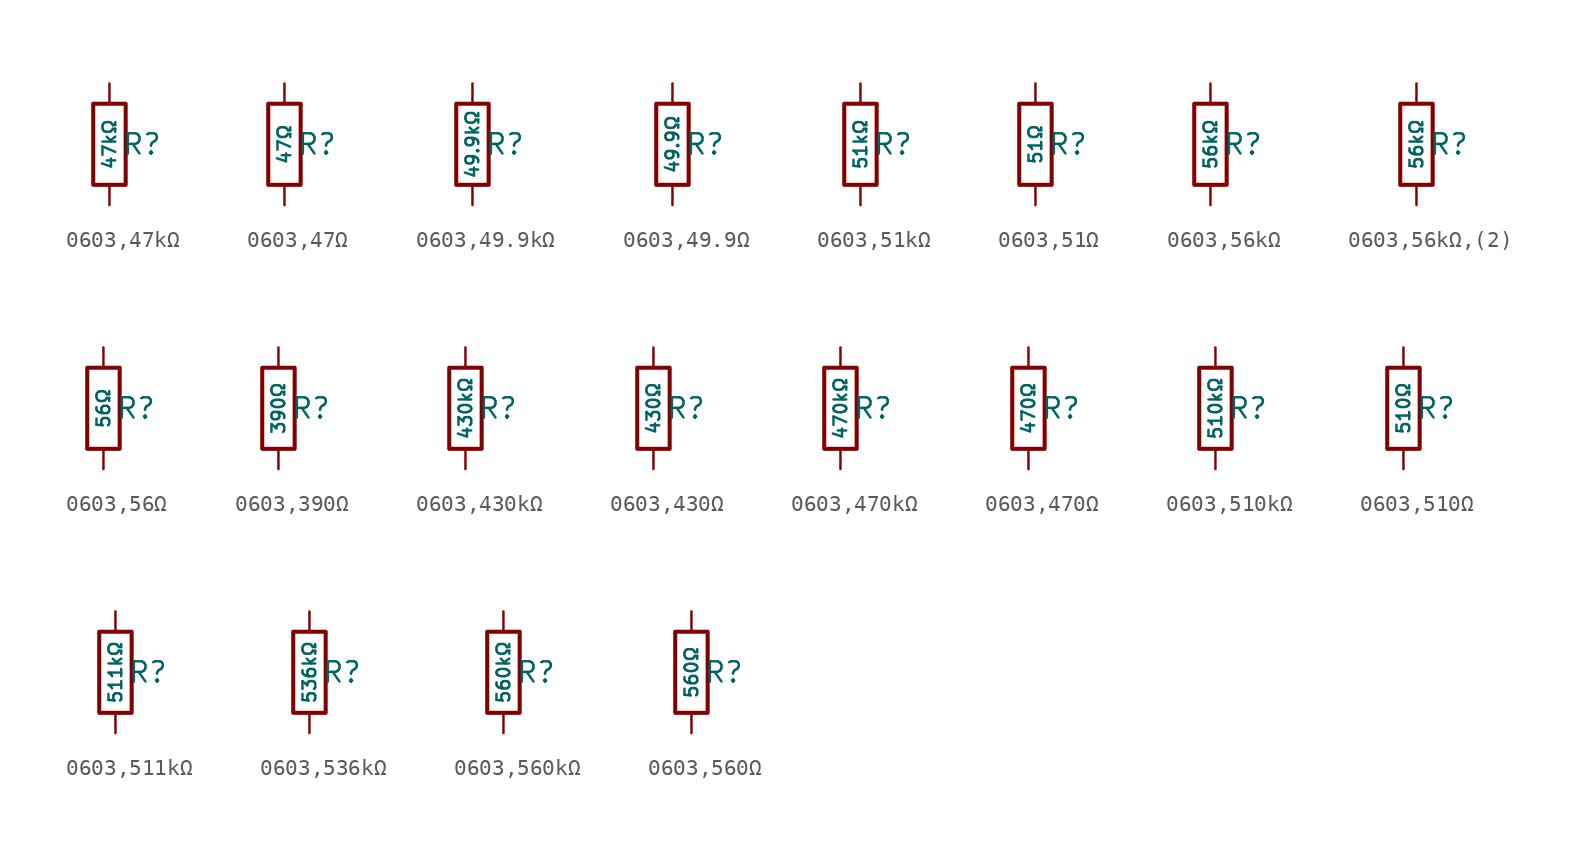
<source format=kicad_sym>
(kicad_symbol_lib
  (version 20231120)
  (generator "CDFER")
  (generator_version "8.0")
  (symbol "0603,47kΩ"
    (pin_numbers hide)
    (pin_names
      (offset 0))
    (property "Reference" "R"
      (at 2.032 0 0)
      (effects (font (size 1.27 1.27)) (hide no)))
    (property "Value" "47kΩ"
      (at 0 0 90)
      (do_not_autoplace)
      (effects (font (size 0.8 0.8)) (hide no)))
    (symbol "0603,47kΩ_0_1"
      (rectangle (start -1.016 2.54) (end 1.016 -2.54) (stroke (width 0.254) (type default)) (fill (type none))))
    (symbol "0603,47kΩ_1_1"
      (pin passive line (at 0 3.81 270) (length 1.27) (name "~" (effects (font (size 1.27 1.27)))) (number "1" (effects (font (size 1.27 1.27)))))
      (pin passive line (at 0 -3.81 90) (length 1.27) (name "~" (effects (font (size 1.27 1.27)))) (number "2" (effects (font (size 1.27 1.27)))))))
  (symbol "0603,47Ω"
    (pin_numbers hide)
    (pin_names
      (offset 0))
    (property "Reference" "R"
      (at 2.032 0 0)
      (effects (font (size 1.27 1.27)) (hide no)))
    (property "Value" "47Ω"
      (at 0 0 90)
      (do_not_autoplace)
      (effects (font (size 0.8 0.8)) (hide no)))
    (symbol "0603,47Ω_0_1"
      (rectangle (start -1.016 2.54) (end 1.016 -2.54) (stroke (width 0.254) (type default)) (fill (type none))))
    (symbol "0603,47Ω_1_1"
      (pin passive line (at 0 3.81 270) (length 1.27) (name "~" (effects (font (size 1.27 1.27)))) (number "1" (effects (font (size 1.27 1.27)))))
      (pin passive line (at 0 -3.81 90) (length 1.27) (name "~" (effects (font (size 1.27 1.27)))) (number "2" (effects (font (size 1.27 1.27)))))))
  (symbol "0603,49.9kΩ"
    (pin_numbers hide)
    (pin_names
      (offset 0))
    (property "Reference" "R"
      (at 2.032 0 0)
      (effects (font (size 1.27 1.27)) (hide no)))
    (property "Value" "49.9kΩ"
      (at 0 0 90)
      (do_not_autoplace)
      (effects (font (size 0.8 0.8)) (hide no)))
    (symbol "0603,49.9kΩ_0_1"
      (rectangle (start -1.016 2.54) (end 1.016 -2.54) (stroke (width 0.254) (type default)) (fill (type none))))
    (symbol "0603,49.9kΩ_1_1"
      (pin passive line (at 0 3.81 270) (length 1.27) (name "~" (effects (font (size 1.27 1.27)))) (number "1" (effects (font (size 1.27 1.27)))))
      (pin passive line (at 0 -3.81 90) (length 1.27) (name "~" (effects (font (size 1.27 1.27)))) (number "2" (effects (font (size 1.27 1.27)))))))
  (symbol "0603,49.9Ω"
    (pin_numbers hide)
    (pin_names
      (offset 0))
    (property "Reference" "R"
      (at 2.032 0 0)
      (effects (font (size 1.27 1.27)) (hide no)))
    (property "Value" "49.9Ω"
      (at 0 0 90)
      (do_not_autoplace)
      (effects (font (size 0.8 0.8)) (hide no)))
    (symbol "0603,49.9Ω_0_1"
      (rectangle (start -1.016 2.54) (end 1.016 -2.54) (stroke (width 0.254) (type default)) (fill (type none))))
    (symbol "0603,49.9Ω_1_1"
      (pin passive line (at 0 3.81 270) (length 1.27) (name "~" (effects (font (size 1.27 1.27)))) (number "1" (effects (font (size 1.27 1.27)))))
      (pin passive line (at 0 -3.81 90) (length 1.27) (name "~" (effects (font (size 1.27 1.27)))) (number "2" (effects (font (size 1.27 1.27)))))))
  (symbol "0603,51kΩ"
    (pin_numbers hide)
    (pin_names
      (offset 0))
    (property "Reference" "R"
      (at 2.032 0 0)
      (effects (font (size 1.27 1.27)) (hide no)))
    (property "Value" "51kΩ"
      (at 0 0 90)
      (do_not_autoplace)
      (effects (font (size 0.8 0.8)) (hide no)))
    (symbol "0603,51kΩ_0_1"
      (rectangle (start -1.016 2.54) (end 1.016 -2.54) (stroke (width 0.254) (type default)) (fill (type none))))
    (symbol "0603,51kΩ_1_1"
      (pin passive line (at 0 3.81 270) (length 1.27) (name "~" (effects (font (size 1.27 1.27)))) (number "1" (effects (font (size 1.27 1.27)))))
      (pin passive line (at 0 -3.81 90) (length 1.27) (name "~" (effects (font (size 1.27 1.27)))) (number "2" (effects (font (size 1.27 1.27)))))))
  (symbol "0603,51Ω"
    (pin_numbers hide)
    (pin_names
      (offset 0))
    (property "Reference" "R"
      (at 2.032 0 0)
      (effects (font (size 1.27 1.27)) (hide no)))
    (property "Value" "51Ω"
      (at 0 0 90)
      (do_not_autoplace)
      (effects (font (size 0.8 0.8)) (hide no)))
    (symbol "0603,51Ω_0_1"
      (rectangle (start -1.016 2.54) (end 1.016 -2.54) (stroke (width 0.254) (type default)) (fill (type none))))
    (symbol "0603,51Ω_1_1"
      (pin passive line (at 0 3.81 270) (length 1.27) (name "~" (effects (font (size 1.27 1.27)))) (number "1" (effects (font (size 1.27 1.27)))))
      (pin passive line (at 0 -3.81 90) (length 1.27) (name "~" (effects (font (size 1.27 1.27)))) (number "2" (effects (font (size 1.27 1.27)))))))
  (symbol "0603,56kΩ"
    (pin_numbers hide)
    (pin_names
      (offset 0))
    (property "Reference" "R"
      (at 2.032 0 0)
      (effects (font (size 1.27 1.27)) (hide no)))
    (property "Value" "56kΩ"
      (at 0 0 90)
      (do_not_autoplace)
      (effects (font (size 0.8 0.8)) (hide no)))
    (symbol "0603,56kΩ_0_1"
      (rectangle (start -1.016 2.54) (end 1.016 -2.54) (stroke (width 0.254) (type default)) (fill (type none))))
    (symbol "0603,56kΩ_1_1"
      (pin passive line (at 0 3.81 270) (length 1.27) (name "~" (effects (font (size 1.27 1.27)))) (number "1" (effects (font (size 1.27 1.27)))))
      (pin passive line (at 0 -3.81 90) (length 1.27) (name "~" (effects (font (size 1.27 1.27)))) (number "2" (effects (font (size 1.27 1.27)))))))
  (symbol "0603,56kΩ,(2)"
    (pin_numbers hide)
    (pin_names
      (offset 0))
    (property "Reference" "R"
      (at 2.032 0 0)
      (effects (font (size 1.27 1.27)) (hide no)))
    (property "Value" "56kΩ"
      (at 0 0 90)
      (do_not_autoplace)
      (effects (font (size 0.8 0.8)) (hide no)))
    (symbol "0603,56kΩ,(2)_0_1"
      (rectangle (start -1.016 2.54) (end 1.016 -2.54) (stroke (width 0.254) (type default)) (fill (type none))))
    (symbol "0603,56kΩ,(2)_1_1"
      (pin passive line (at 0 3.81 270) (length 1.27) (name "~" (effects (font (size 1.27 1.27)))) (number "1" (effects (font (size 1.27 1.27)))))
      (pin passive line (at 0 -3.81 90) (length 1.27) (name "~" (effects (font (size 1.27 1.27)))) (number "2" (effects (font (size 1.27 1.27)))))))
  (symbol "0603,56Ω"
    (pin_numbers hide)
    (pin_names
      (offset 0))
    (property "Reference" "R"
      (at 2.032 0 0)
      (effects (font (size 1.27 1.27)) (hide no)))
    (property "Value" "56Ω"
      (at 0 0 90)
      (do_not_autoplace)
      (effects (font (size 0.8 0.8)) (hide no)))
    (symbol "0603,56Ω_0_1"
      (rectangle (start -1.016 2.54) (end 1.016 -2.54) (stroke (width 0.254) (type default)) (fill (type none))))
    (symbol "0603,56Ω_1_1"
      (pin passive line (at 0 3.81 270) (length 1.27) (name "~" (effects (font (size 1.27 1.27)))) (number "1" (effects (font (size 1.27 1.27)))))
      (pin passive line (at 0 -3.81 90) (length 1.27) (name "~" (effects (font (size 1.27 1.27)))) (number "2" (effects (font (size 1.27 1.27)))))))
  (symbol "0603,390Ω"
    (pin_numbers hide)
    (pin_names
      (offset 0))
    (property "Reference" "R"
      (at 2.032 0 0)
      (effects (font (size 1.27 1.27)) (hide no)))
    (property "Value" "390Ω"
      (at 0 0 90)
      (do_not_autoplace)
      (effects (font (size 0.8 0.8)) (hide no)))
    (symbol "0603,390Ω_0_1"
      (rectangle (start -1.016 2.54) (end 1.016 -2.54) (stroke (width 0.254) (type default)) (fill (type none))))
    (symbol "0603,390Ω_1_1"
      (pin passive line (at 0 3.81 270) (length 1.27) (name "~" (effects (font (size 1.27 1.27)))) (number "1" (effects (font (size 1.27 1.27)))))
      (pin passive line (at 0 -3.81 90) (length 1.27) (name "~" (effects (font (size 1.27 1.27)))) (number "2" (effects (font (size 1.27 1.27)))))))
  (symbol "0603,430kΩ"
    (pin_numbers hide)
    (pin_names
      (offset 0))
    (property "Reference" "R"
      (at 2.032 0 0)
      (effects (font (size 1.27 1.27)) (hide no)))
    (property "Value" "430kΩ"
      (at 0 0 90)
      (do_not_autoplace)
      (effects (font (size 0.8 0.8)) (hide no)))
    (symbol "0603,430kΩ_0_1"
      (rectangle (start -1.016 2.54) (end 1.016 -2.54) (stroke (width 0.254) (type default)) (fill (type none))))
    (symbol "0603,430kΩ_1_1"
      (pin passive line (at 0 3.81 270) (length 1.27) (name "~" (effects (font (size 1.27 1.27)))) (number "1" (effects (font (size 1.27 1.27)))))
      (pin passive line (at 0 -3.81 90) (length 1.27) (name "~" (effects (font (size 1.27 1.27)))) (number "2" (effects (font (size 1.27 1.27)))))))
  (symbol "0603,430Ω"
    (pin_numbers hide)
    (pin_names
      (offset 0))
    (property "Reference" "R"
      (at 2.032 0 0)
      (effects (font (size 1.27 1.27)) (hide no)))
    (property "Value" "430Ω"
      (at 0 0 90)
      (do_not_autoplace)
      (effects (font (size 0.8 0.8)) (hide no)))
    (symbol "0603,430Ω_0_1"
      (rectangle (start -1.016 2.54) (end 1.016 -2.54) (stroke (width 0.254) (type default)) (fill (type none))))
    (symbol "0603,430Ω_1_1"
      (pin passive line (at 0 3.81 270) (length 1.27) (name "~" (effects (font (size 1.27 1.27)))) (number "1" (effects (font (size 1.27 1.27)))))
      (pin passive line (at 0 -3.81 90) (length 1.27) (name "~" (effects (font (size 1.27 1.27)))) (number "2" (effects (font (size 1.27 1.27)))))))
  (symbol "0603,470kΩ"
    (pin_numbers hide)
    (pin_names
      (offset 0))
    (property "Reference" "R"
      (at 2.032 0 0)
      (effects (font (size 1.27 1.27)) (hide no)))
    (property "Value" "470kΩ"
      (at 0 0 90)
      (do_not_autoplace)
      (effects (font (size 0.8 0.8)) (hide no)))
    (symbol "0603,470kΩ_0_1"
      (rectangle (start -1.016 2.54) (end 1.016 -2.54) (stroke (width 0.254) (type default)) (fill (type none))))
    (symbol "0603,470kΩ_1_1"
      (pin passive line (at 0 3.81 270) (length 1.27) (name "~" (effects (font (size 1.27 1.27)))) (number "1" (effects (font (size 1.27 1.27)))))
      (pin passive line (at 0 -3.81 90) (length 1.27) (name "~" (effects (font (size 1.27 1.27)))) (number "2" (effects (font (size 1.27 1.27)))))))
  (symbol "0603,470Ω"
    (pin_numbers hide)
    (pin_names
      (offset 0))
    (property "Reference" "R"
      (at 2.032 0 0)
      (effects (font (size 1.27 1.27)) (hide no)))
    (property "Value" "470Ω"
      (at 0 0 90)
      (do_not_autoplace)
      (effects (font (size 0.8 0.8)) (hide no)))
    (symbol "0603,470Ω_0_1"
      (rectangle (start -1.016 2.54) (end 1.016 -2.54) (stroke (width 0.254) (type default)) (fill (type none))))
    (symbol "0603,470Ω_1_1"
      (pin passive line (at 0 3.81 270) (length 1.27) (name "~" (effects (font (size 1.27 1.27)))) (number "1" (effects (font (size 1.27 1.27)))))
      (pin passive line (at 0 -3.81 90) (length 1.27) (name "~" (effects (font (size 1.27 1.27)))) (number "2" (effects (font (size 1.27 1.27)))))))
  (symbol "0603,510kΩ"
    (pin_numbers hide)
    (pin_names
      (offset 0))
    (property "Reference" "R"
      (at 2.032 0 0)
      (effects (font (size 1.27 1.27)) (hide no)))
    (property "Value" "510kΩ"
      (at 0 0 90)
      (do_not_autoplace)
      (effects (font (size 0.8 0.8)) (hide no)))
    (symbol "0603,510kΩ_0_1"
      (rectangle (start -1.016 2.54) (end 1.016 -2.54) (stroke (width 0.254) (type default)) (fill (type none))))
    (symbol "0603,510kΩ_1_1"
      (pin passive line (at 0 3.81 270) (length 1.27) (name "~" (effects (font (size 1.27 1.27)))) (number "1" (effects (font (size 1.27 1.27)))))
      (pin passive line (at 0 -3.81 90) (length 1.27) (name "~" (effects (font (size 1.27 1.27)))) (number "2" (effects (font (size 1.27 1.27)))))))
  (symbol "0603,510Ω"
    (pin_numbers hide)
    (pin_names
      (offset 0))
    (property "Reference" "R"
      (at 2.032 0 0)
      (effects (font (size 1.27 1.27)) (hide no)))
    (property "Value" "510Ω"
      (at 0 0 90)
      (do_not_autoplace)
      (effects (font (size 0.8 0.8)) (hide no)))
    (symbol "0603,510Ω_0_1"
      (rectangle (start -1.016 2.54) (end 1.016 -2.54) (stroke (width 0.254) (type default)) (fill (type none))))
    (symbol "0603,510Ω_1_1"
      (pin passive line (at 0 3.81 270) (length 1.27) (name "~" (effects (font (size 1.27 1.27)))) (number "1" (effects (font (size 1.27 1.27)))))
      (pin passive line (at 0 -3.81 90) (length 1.27) (name "~" (effects (font (size 1.27 1.27)))) (number "2" (effects (font (size 1.27 1.27)))))))
  (symbol "0603,511kΩ"
    (pin_numbers hide)
    (pin_names
      (offset 0))
    (property "Reference" "R"
      (at 2.032 0 0)
      (effects (font (size 1.27 1.27)) (hide no)))
    (property "Value" "511kΩ"
      (at 0 0 90)
      (do_not_autoplace)
      (effects (font (size 0.8 0.8)) (hide no)))
    (symbol "0603,511kΩ_0_1"
      (rectangle (start -1.016 2.54) (end 1.016 -2.54) (stroke (width 0.254) (type default)) (fill (type none))))
    (symbol "0603,511kΩ_1_1"
      (pin passive line (at 0 3.81 270) (length 1.27) (name "~" (effects (font (size 1.27 1.27)))) (number "1" (effects (font (size 1.27 1.27)))))
      (pin passive line (at 0 -3.81 90) (length 1.27) (name "~" (effects (font (size 1.27 1.27)))) (number "2" (effects (font (size 1.27 1.27)))))))
  (symbol "0603,536kΩ"
    (pin_numbers hide)
    (pin_names
      (offset 0))
    (property "Reference" "R"
      (at 2.032 0 0)
      (effects (font (size 1.27 1.27)) (hide no)))
    (property "Value" "536kΩ"
      (at 0 0 90)
      (do_not_autoplace)
      (effects (font (size 0.8 0.8)) (hide no)))
    (symbol "0603,536kΩ_0_1"
      (rectangle (start -1.016 2.54) (end 1.016 -2.54) (stroke (width 0.254) (type default)) (fill (type none))))
    (symbol "0603,536kΩ_1_1"
      (pin passive line (at 0 3.81 270) (length 1.27) (name "~" (effects (font (size 1.27 1.27)))) (number "1" (effects (font (size 1.27 1.27)))))
      (pin passive line (at 0 -3.81 90) (length 1.27) (name "~" (effects (font (size 1.27 1.27)))) (number "2" (effects (font (size 1.27 1.27)))))))
  (symbol "0603,560kΩ"
    (pin_numbers hide)
    (pin_names
      (offset 0))
    (property "Reference" "R"
      (at 2.032 0 0)
      (effects (font (size 1.27 1.27)) (hide no)))
    (property "Value" "560kΩ"
      (at 0 0 90)
      (do_not_autoplace)
      (effects (font (size 0.8 0.8)) (hide no)))
    (symbol "0603,560kΩ_0_1"
      (rectangle (start -1.016 2.54) (end 1.016 -2.54) (stroke (width 0.254) (type default)) (fill (type none))))
    (symbol "0603,560kΩ_1_1"
      (pin passive line (at 0 3.81 270) (length 1.27) (name "~" (effects (font (size 1.27 1.27)))) (number "1" (effects (font (size 1.27 1.27)))))
      (pin passive line (at 0 -3.81 90) (length 1.27) (name "~" (effects (font (size 1.27 1.27)))) (number "2" (effects (font (size 1.27 1.27)))))))
  (symbol "0603,560Ω"
    (pin_numbers hide)
    (pin_names
      (offset 0))
    (property "Reference" "R"
      (at 2.032 0 0)
      (effects (font (size 1.27 1.27)) (hide no)))
    (property "Value" "560Ω"
      (at 0 0 90)
      (do_not_autoplace)
      (effects (font (size 0.8 0.8)) (hide no)))
    (symbol "0603,560Ω_0_1"
      (rectangle (start -1.016 2.54) (end 1.016 -2.54) (stroke (width 0.254) (type default)) (fill (type none))))
    (symbol "0603,560Ω_1_1"
      (pin passive line (at 0 3.81 270) (length 1.27) (name "~" (effects (font (size 1.27 1.27)))) (number "1" (effects (font (size 1.27 1.27)))))
      (pin passive line (at 0 -3.81 90) (length 1.27) (name "~" (effects (font (size 1.27 1.27)))) (number "2" (effects (font (size 1.27 1.27))))))))
</source>
